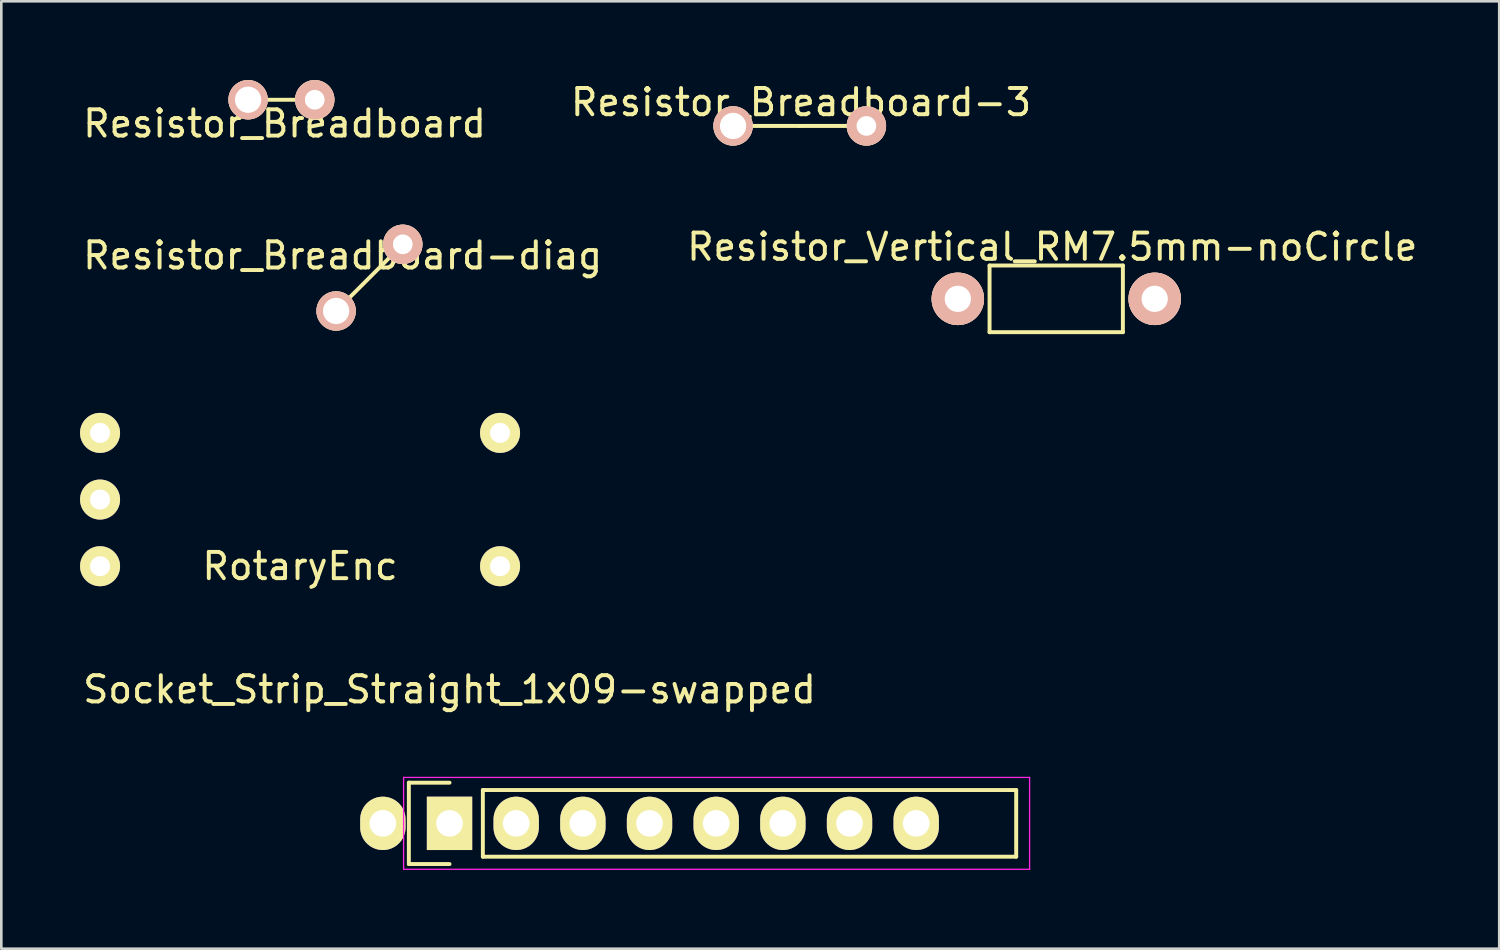
<source format=kicad_pcb>
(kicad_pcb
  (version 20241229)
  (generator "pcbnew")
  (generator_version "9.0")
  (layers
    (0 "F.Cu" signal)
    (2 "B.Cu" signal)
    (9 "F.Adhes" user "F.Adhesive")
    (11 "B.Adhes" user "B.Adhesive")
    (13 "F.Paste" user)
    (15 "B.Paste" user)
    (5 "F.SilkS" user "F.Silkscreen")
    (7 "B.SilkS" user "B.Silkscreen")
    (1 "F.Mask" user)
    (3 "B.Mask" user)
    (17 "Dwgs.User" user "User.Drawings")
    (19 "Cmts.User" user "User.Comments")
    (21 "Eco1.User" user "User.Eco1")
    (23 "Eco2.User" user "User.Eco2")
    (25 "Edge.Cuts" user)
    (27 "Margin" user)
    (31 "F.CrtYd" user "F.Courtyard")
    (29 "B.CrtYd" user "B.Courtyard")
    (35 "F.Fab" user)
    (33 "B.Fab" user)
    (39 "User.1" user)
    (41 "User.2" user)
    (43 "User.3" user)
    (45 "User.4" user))
  (footprint "Resistor_Breadboard-3"
    (layer "F.Cu")
    (at 27.42 1.748)
    (property "Reference" "Resistor_Breadboard-3" (at 0.05 -0.9 0) (layer "F.SilkS") (effects (font (size 1 1) (thickness 0.15))))
    (attr through_hole)
    (fp_line (start -2.54 0) (end 0 0) (stroke (width 0.15) (type solid)) (layer "F.SilkS"))
    (fp_line (start 2.54 0) (end 0 0) (stroke (width 0.15) (type solid)) (layer "F.SilkS"))
    (pad "1" thru_hole circle (at -2.54 0) (size 1.5 1.5) (drill 1.001) (layers "*.Cu" "*.SilkS" "*.Mask"))
    (pad "2" thru_hole circle (at 2.54 0) (size 1.5 1.5) (drill 0.75) (layers "*.Cu" "*.SilkS" "*.Mask")))
  (footprint "Socket_Strip_Straight_1x09-swapped"
    (layer "F.Cu")
    (at 14.077 28.32)
    (property "Reference" "Socket_Strip_Straight_1x09-swapped" (at 0 -5.1 0) (layer "F.SilkS") (effects (font (size 1 1) (thickness 0.15))))
    (attr through_hole)
    (fp_line (start -1.55 -1.55) (end -1.55 1.55) (stroke (width 0.15) (type solid)) (layer "F.SilkS"))
    (fp_line (start -1.55 1.55) (end 0 1.55) (stroke (width 0.15) (type solid)) (layer "F.SilkS"))
    (fp_line (start 0 -1.55) (end -1.55 -1.55) (stroke (width 0.15) (type solid)) (layer "F.SilkS"))
    (fp_line (start 1.27 1.27) (end 1.27 -1.27) (stroke (width 0.15) (type solid)) (layer "F.SilkS"))
    (fp_line (start 1.27 1.27) (end 21.59 1.27) (stroke (width 0.15) (type solid)) (layer "F.SilkS"))
    (fp_line (start 21.59 -1.27) (end 1.27 -1.27) (stroke (width 0.15) (type solid)) (layer "F.SilkS"))
    (fp_line (start 21.59 1.27) (end 21.59 -1.27) (stroke (width 0.15) (type solid)) (layer "F.SilkS"))
    (fp_line (start -1.75 -1.75) (end -1.75 1.75) (stroke (width 0.05) (type solid)) (layer "F.CrtYd"))
    (fp_line (start -1.75 -1.75) (end 22.1 -1.75) (stroke (width 0.05) (type solid)) (layer "F.CrtYd"))
    (fp_line (start -1.75 1.75) (end 22.1 1.75) (stroke (width 0.05) (type solid)) (layer "F.CrtYd"))
    (fp_line (start 22.1 -1.75) (end 22.1 1.75) (stroke (width 0.05) (type solid)) (layer "F.CrtYd"))
    (pad "1" thru_hole rect (at 0 0) (size 1.727 2.032) (drill 1.016) (layers "*.Cu" "*.Mask" "F.SilkS"))
    (pad "2" thru_hole oval (at 2.54 0) (size 1.727 2.032) (drill 1.016) (layers "*.Cu" "*.Mask" "F.SilkS"))
    (pad "3" thru_hole oval (at 5.08 0) (size 1.727 2.032) (drill 1.016) (layers "*.Cu" "*.Mask" "F.SilkS"))
    (pad "4" thru_hole oval (at 7.62 0) (size 1.727 2.032) (drill 1.016) (layers "*.Cu" "*.Mask" "F.SilkS"))
    (pad "5" thru_hole oval (at 10.16 0) (size 1.727 2.032) (drill 1.016) (layers "*.Cu" "*.Mask" "F.SilkS"))
    (pad "6" thru_hole oval (at 12.7 0) (size 1.727 2.032) (drill 1.016) (layers "*.Cu" "*.Mask" "F.SilkS"))
    (pad "7" thru_hole oval (at 15.24 0) (size 1.727 2.032) (drill 1.016) (layers "*.Cu" "*.Mask" "F.SilkS"))
    (pad "8" thru_hole oval (at 17.78 0) (size 1.727 2.032) (drill 1.016) (layers "*.Cu" "*.Mask" "F.SilkS"))
    (pad "9" thru_hole oval (at -2.54 0) (size 1.727 2.032) (drill 1.016) (layers "*.Cu" "*.Mask" "F.SilkS")))
  (footprint "RotaryEnc"
    (layer "F.Cu")
    (at 8.382 15.983)
    (property "Reference" "RotaryEnc" (at 0 2.54 0) (layer "F.SilkS") (effects (font (size 1 1) (thickness 0.15))))
    (attr through_hole)
    (pad "1" thru_hole circle (at -7.62 -2.54) (size 1.524 1.524) (drill 0.762) (layers "*.Cu" "*.Mask" "F.SilkS"))
    (pad "2" thru_hole circle (at -7.62 0) (size 1.524 1.524) (drill 0.762) (layers "*.Cu" "*.Mask" "F.SilkS"))
    (pad "3" thru_hole circle (at -7.62 2.54) (size 1.524 1.524) (drill 0.762) (layers "*.Cu" "*.Mask" "F.SilkS"))
    (pad "4" thru_hole circle (at 7.62 -2.54) (size 1.524 1.524) (drill 0.762) (layers "*.Cu" "*.Mask" "F.SilkS"))
    (pad "5" thru_hole circle (at 7.62 2.54) (size 1.524 1.524) (drill 0.762) (layers "*.Cu" "*.Mask" "F.SilkS")))
  (footprint "Resistor_Vertical_RM7.5mm-noCircle"
    (layer "F.Cu")
    (at 37.192 8.336)
    (property "Reference" "Resistor_Vertical_RM7.5mm-noCircle" (at -0.15 -1.98 0) (layer "F.SilkS") (effects (font (size 1 1) (thickness 0.15))))
    (attr through_hole)
    (fp_line (start -2.54 -1.27) (end 2.54 -1.27) (stroke (width 0.15) (type solid)) (layer "F.SilkS"))
    (fp_line (start -2.54 1.27) (end -2.54 -1.27) (stroke (width 0.15) (type solid)) (layer "F.SilkS"))
    (fp_line (start 2.54 -1.27) (end 2.54 1.27) (stroke (width 0.15) (type solid)) (layer "F.SilkS"))
    (fp_line (start 2.54 1.27) (end -2.54 1.27) (stroke (width 0.15) (type solid)) (layer "F.SilkS"))
    (pad "1" thru_hole circle (at -3.749 0) (size 1.999 1.999) (drill 1.001) (layers "*.Cu" "*.SilkS" "*.Mask"))
    (pad "2" thru_hole circle (at 3.752 0) (size 1.999 1.999) (drill 1.001) (layers "*.Cu" "*.SilkS" "*.Mask")))
  (footprint "Resistor_Breadboard-diag"
    (layer "F.Cu")
    (at 12.296 6.258)
    (property "Reference" "Resistor_Breadboard-diag" (at -2.29 0.43 0) (layer "F.SilkS") (effects (font (size 1 1) (thickness 0.15))))
    (attr through_hole)
    (fp_line (start 0 0) (end -2.54 2.54) (stroke (width 0.15) (type solid)) (layer "F.SilkS"))
    (pad "1" thru_hole circle (at -2.54 2.54) (size 1.5 1.5) (drill 1.001) (layers "*.Cu" "*.SilkS" "*.Mask"))
    (pad "2" thru_hole circle (at 0 0) (size 1.5 1.5) (drill 0.75) (layers "*.Cu" "*.SilkS" "*.Mask")))
  (footprint "Resistor_Breadboard"
    (layer "F.Cu")
    (at 8.942 0.75)
    (property "Reference" "Resistor_Breadboard" (at -1.15 0.91 0) (layer "F.SilkS") (effects (font (size 1 1) (thickness 0.15))))
    (attr through_hole)
    (fp_line (start -2.54 0) (end 0 0) (stroke (width 0.15) (type solid)) (layer "F.SilkS"))
    (pad "1" thru_hole circle (at -2.54 0) (size 1.5 1.5) (drill 1.001) (layers "*.Cu" "*.SilkS" "*.Mask"))
    (pad "2" thru_hole circle (at 0 0) (size 1.5 1.5) (drill 0.75) (layers "*.Cu" "*.SilkS" "*.Mask")))
  (gr_rect
    (start -3 -3)
    (end 54.071 33.095)
    (stroke (width 0.1) (type default))
    (fill no)
    (layer "Edge.Cuts")))
</source>
